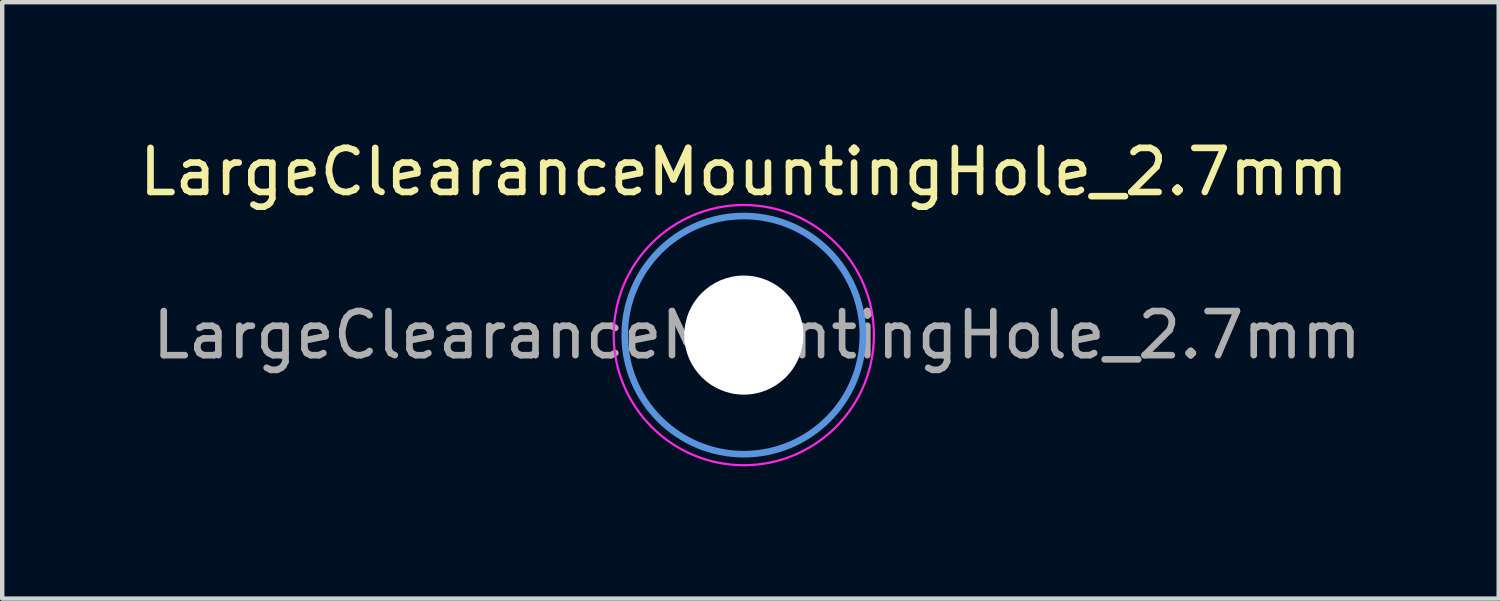
<source format=kicad_pcb>
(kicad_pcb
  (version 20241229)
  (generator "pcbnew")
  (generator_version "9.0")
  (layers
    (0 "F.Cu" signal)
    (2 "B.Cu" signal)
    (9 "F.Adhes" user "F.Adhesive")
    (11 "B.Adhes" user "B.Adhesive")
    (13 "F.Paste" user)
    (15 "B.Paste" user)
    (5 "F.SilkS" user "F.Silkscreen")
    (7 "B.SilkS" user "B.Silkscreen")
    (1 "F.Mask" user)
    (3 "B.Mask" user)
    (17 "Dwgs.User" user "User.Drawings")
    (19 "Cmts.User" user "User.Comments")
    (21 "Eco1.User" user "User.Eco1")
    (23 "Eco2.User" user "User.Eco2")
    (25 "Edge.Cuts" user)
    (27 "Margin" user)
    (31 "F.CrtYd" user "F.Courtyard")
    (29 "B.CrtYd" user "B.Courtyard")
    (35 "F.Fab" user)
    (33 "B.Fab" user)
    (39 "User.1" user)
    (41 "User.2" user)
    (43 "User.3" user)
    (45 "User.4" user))
  (footprint "LargeClearanceMountingHole_2.7mm"
    (layer "F.Cu")
    (at 13.815 4.548)
    (property "Reference" "LargeClearanceMountingHole_2.7mm" (at 0 -3.7 0) (layer "F.SilkS") (effects (font (size 1 1) (thickness 0.15))))
    (attr exclude_from_pos_files exclude_from_bom)
    (fp_circle (center 0 0) (end 2.7 0) (stroke (width 0.15) (type solid)) (fill no) (layer "Cmts.User"))
    (fp_circle (center 0 0) (end 2.95 0) (stroke (width 0.05) (type solid)) (fill no) (layer "F.CrtYd"))
    (fp_text user "${REFERENCE}" (at 0.3 0 0) (layer "F.Fab") (effects (font (size 1 1) (thickness 0.15))))
    (pad "" np_thru_hole circle (at 0 0) (size 2.7 2.7) (drill 2.7) (layers "*.Cu" "*.Mask")))
  (gr_rect
    (start -3 -3)
    (end 30.931 10.523)
    (stroke (width 0.1) (type default))
    (fill no)
    (layer "Edge.Cuts")))
</source>
